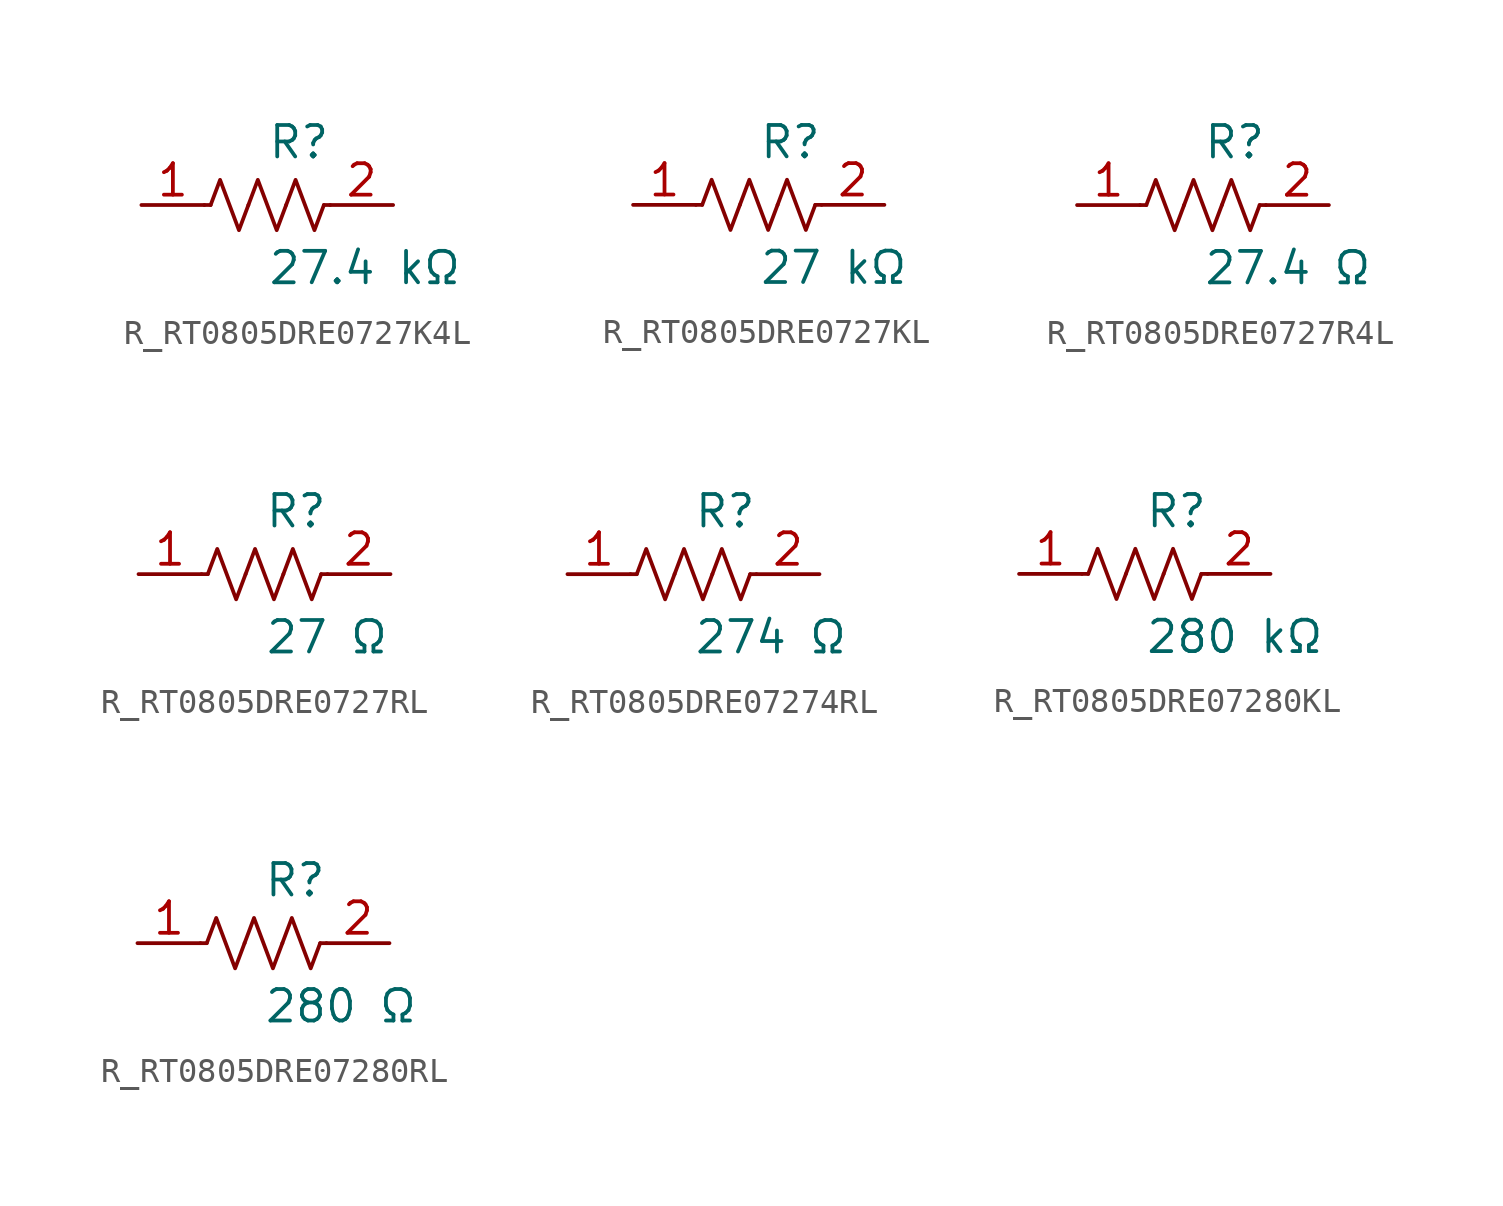
<source format=kicad_sym>
(kicad_symbol_lib
  (version 20231120)
  (generator kicad_symbol_editor)
  (generator_version 8.0)
  (symbol "R_RT0805DRE0727K4L"
    (pin_names
      (offset 0.254))
    (property "Reference" "R"
      (at 0 2.54 0)
      (effects (font (size 1.27 1.27)) (justify left)))
    (property "Value" "27.4 kΩ"
      (at 0 -2.54 0)
      (effects (font (size 1.27 1.27)) (justify left)))
    (symbol "R_RT0805DRE0727K4L_0_1"
      (polyline (pts (xy 2.286 0) (xy 2.54 0)) (stroke (width 0) (type default)) (fill (type none)))
      (polyline (pts (xy -2.286 0) (xy -2.54 0)) (stroke (width 0) (type default)) (fill (type none)))
      (polyline (pts (xy 0.762 0) (xy 1.143 1.016) (xy 1.524 0) (xy 1.905 -1.016) (xy 2.286 0)) (stroke (width 0) (type default)) (fill (type none)))
      (polyline (pts (xy -0.762 0) (xy -0.381 1.016) (xy 0 0) (xy 0.381 -1.016) (xy 0.762 0)) (stroke (width 0) (type default)) (fill (type none)))
      (polyline (pts (xy -2.286 0) (xy -1.905 1.016) (xy -1.524 0) (xy -1.143 -1.016) (xy -0.762 0)) (stroke (width 0) (type default)) (fill (type none))))
    (pin passive line
      (at -5.08 0 0)
      (length 2.54)
      (name "" (effects (font (size 1.27 1.27))))
      (number "1" (effects (font (size 1.27 1.27)))))
    (pin passive line
      (at 5.08 0 180)
      (length 2.54)
      (name "" (effects (font (size 1.27 1.27))))
      (number "2" (effects (font (size 1.27 1.27))))))
  (symbol "R_RT0805DRE0727KL"
    (pin_names
      (offset 0.254))
    (property "Reference" "R"
      (at 0 2.54 0)
      (effects (font (size 1.27 1.27)) (justify left)))
    (property "Value" "27 kΩ"
      (at 0 -2.54 0)
      (effects (font (size 1.27 1.27)) (justify left)))
    (symbol "R_RT0805DRE0727KL_0_1"
      (polyline (pts (xy 2.286 0) (xy 2.54 0)) (stroke (width 0) (type default)) (fill (type none)))
      (polyline (pts (xy -2.286 0) (xy -2.54 0)) (stroke (width 0) (type default)) (fill (type none)))
      (polyline (pts (xy 0.762 0) (xy 1.143 1.016) (xy 1.524 0) (xy 1.905 -1.016) (xy 2.286 0)) (stroke (width 0) (type default)) (fill (type none)))
      (polyline (pts (xy -0.762 0) (xy -0.381 1.016) (xy 0 0) (xy 0.381 -1.016) (xy 0.762 0)) (stroke (width 0) (type default)) (fill (type none)))
      (polyline (pts (xy -2.286 0) (xy -1.905 1.016) (xy -1.524 0) (xy -1.143 -1.016) (xy -0.762 0)) (stroke (width 0) (type default)) (fill (type none))))
    (pin passive line
      (at -5.08 0 0)
      (length 2.54)
      (name "" (effects (font (size 1.27 1.27))))
      (number "1" (effects (font (size 1.27 1.27)))))
    (pin passive line
      (at 5.08 0 180)
      (length 2.54)
      (name "" (effects (font (size 1.27 1.27))))
      (number "2" (effects (font (size 1.27 1.27))))))
  (symbol "R_RT0805DRE0727R4L"
    (pin_names
      (offset 0.254))
    (property "Reference" "R"
      (at 0 2.54 0)
      (effects (font (size 1.27 1.27)) (justify left)))
    (property "Value" "27.4 Ω"
      (at 0 -2.54 0)
      (effects (font (size 1.27 1.27)) (justify left)))
    (symbol "R_RT0805DRE0727R4L_0_1"
      (polyline (pts (xy 2.286 0) (xy 2.54 0)) (stroke (width 0) (type default)) (fill (type none)))
      (polyline (pts (xy -2.286 0) (xy -2.54 0)) (stroke (width 0) (type default)) (fill (type none)))
      (polyline (pts (xy 0.762 0) (xy 1.143 1.016) (xy 1.524 0) (xy 1.905 -1.016) (xy 2.286 0)) (stroke (width 0) (type default)) (fill (type none)))
      (polyline (pts (xy -0.762 0) (xy -0.381 1.016) (xy 0 0) (xy 0.381 -1.016) (xy 0.762 0)) (stroke (width 0) (type default)) (fill (type none)))
      (polyline (pts (xy -2.286 0) (xy -1.905 1.016) (xy -1.524 0) (xy -1.143 -1.016) (xy -0.762 0)) (stroke (width 0) (type default)) (fill (type none))))
    (pin passive line
      (at -5.08 0 0)
      (length 2.54)
      (name "" (effects (font (size 1.27 1.27))))
      (number "1" (effects (font (size 1.27 1.27)))))
    (pin passive line
      (at 5.08 0 180)
      (length 2.54)
      (name "" (effects (font (size 1.27 1.27))))
      (number "2" (effects (font (size 1.27 1.27))))))
  (symbol "R_RT0805DRE0727RL"
    (pin_names
      (offset 0.254))
    (property "Reference" "R"
      (at 0 2.54 0)
      (effects (font (size 1.27 1.27)) (justify left)))
    (property "Value" "27 Ω"
      (at 0 -2.54 0)
      (effects (font (size 1.27 1.27)) (justify left)))
    (symbol "R_RT0805DRE0727RL_0_1"
      (polyline (pts (xy 2.286 0) (xy 2.54 0)) (stroke (width 0) (type default)) (fill (type none)))
      (polyline (pts (xy -2.286 0) (xy -2.54 0)) (stroke (width 0) (type default)) (fill (type none)))
      (polyline (pts (xy 0.762 0) (xy 1.143 1.016) (xy 1.524 0) (xy 1.905 -1.016) (xy 2.286 0)) (stroke (width 0) (type default)) (fill (type none)))
      (polyline (pts (xy -0.762 0) (xy -0.381 1.016) (xy 0 0) (xy 0.381 -1.016) (xy 0.762 0)) (stroke (width 0) (type default)) (fill (type none)))
      (polyline (pts (xy -2.286 0) (xy -1.905 1.016) (xy -1.524 0) (xy -1.143 -1.016) (xy -0.762 0)) (stroke (width 0) (type default)) (fill (type none))))
    (pin passive line
      (at -5.08 0 0)
      (length 2.54)
      (name "" (effects (font (size 1.27 1.27))))
      (number "1" (effects (font (size 1.27 1.27)))))
    (pin passive line
      (at 5.08 0 180)
      (length 2.54)
      (name "" (effects (font (size 1.27 1.27))))
      (number "2" (effects (font (size 1.27 1.27))))))
  (symbol "R_RT0805DRE07274RL"
    (pin_names
      (offset 0.254))
    (property "Reference" "R"
      (at 0 2.54 0)
      (effects (font (size 1.27 1.27)) (justify left)))
    (property "Value" "274 Ω"
      (at 0 -2.54 0)
      (effects (font (size 1.27 1.27)) (justify left)))
    (symbol "R_RT0805DRE07274RL_0_1"
      (polyline (pts (xy 2.286 0) (xy 2.54 0)) (stroke (width 0) (type default)) (fill (type none)))
      (polyline (pts (xy -2.286 0) (xy -2.54 0)) (stroke (width 0) (type default)) (fill (type none)))
      (polyline (pts (xy 0.762 0) (xy 1.143 1.016) (xy 1.524 0) (xy 1.905 -1.016) (xy 2.286 0)) (stroke (width 0) (type default)) (fill (type none)))
      (polyline (pts (xy -0.762 0) (xy -0.381 1.016) (xy 0 0) (xy 0.381 -1.016) (xy 0.762 0)) (stroke (width 0) (type default)) (fill (type none)))
      (polyline (pts (xy -2.286 0) (xy -1.905 1.016) (xy -1.524 0) (xy -1.143 -1.016) (xy -0.762 0)) (stroke (width 0) (type default)) (fill (type none))))
    (pin passive line
      (at -5.08 0 0)
      (length 2.54)
      (name "" (effects (font (size 1.27 1.27))))
      (number "1" (effects (font (size 1.27 1.27)))))
    (pin passive line
      (at 5.08 0 180)
      (length 2.54)
      (name "" (effects (font (size 1.27 1.27))))
      (number "2" (effects (font (size 1.27 1.27))))))
  (symbol "R_RT0805DRE07280KL"
    (pin_names
      (offset 0.254))
    (property "Reference" "R"
      (at 0 2.54 0)
      (effects (font (size 1.27 1.27)) (justify left)))
    (property "Value" "280 kΩ"
      (at 0 -2.54 0)
      (effects (font (size 1.27 1.27)) (justify left)))
    (symbol "R_RT0805DRE07280KL_0_1"
      (polyline (pts (xy 2.286 0) (xy 2.54 0)) (stroke (width 0) (type default)) (fill (type none)))
      (polyline (pts (xy -2.286 0) (xy -2.54 0)) (stroke (width 0) (type default)) (fill (type none)))
      (polyline (pts (xy 0.762 0) (xy 1.143 1.016) (xy 1.524 0) (xy 1.905 -1.016) (xy 2.286 0)) (stroke (width 0) (type default)) (fill (type none)))
      (polyline (pts (xy -0.762 0) (xy -0.381 1.016) (xy 0 0) (xy 0.381 -1.016) (xy 0.762 0)) (stroke (width 0) (type default)) (fill (type none)))
      (polyline (pts (xy -2.286 0) (xy -1.905 1.016) (xy -1.524 0) (xy -1.143 -1.016) (xy -0.762 0)) (stroke (width 0) (type default)) (fill (type none))))
    (pin passive line
      (at -5.08 0 0)
      (length 2.54)
      (name "" (effects (font (size 1.27 1.27))))
      (number "1" (effects (font (size 1.27 1.27)))))
    (pin passive line
      (at 5.08 0 180)
      (length 2.54)
      (name "" (effects (font (size 1.27 1.27))))
      (number "2" (effects (font (size 1.27 1.27))))))
  (symbol "R_RT0805DRE07280RL"
    (pin_names
      (offset 0.254))
    (property "Reference" "R"
      (at 0 2.54 0)
      (effects (font (size 1.27 1.27)) (justify left)))
    (property "Value" "280 Ω"
      (at 0 -2.54 0)
      (effects (font (size 1.27 1.27)) (justify left)))
    (symbol "R_RT0805DRE07280RL_0_1"
      (polyline (pts (xy 2.286 0) (xy 2.54 0)) (stroke (width 0) (type default)) (fill (type none)))
      (polyline (pts (xy -2.286 0) (xy -2.54 0)) (stroke (width 0) (type default)) (fill (type none)))
      (polyline (pts (xy 0.762 0) (xy 1.143 1.016) (xy 1.524 0) (xy 1.905 -1.016) (xy 2.286 0)) (stroke (width 0) (type default)) (fill (type none)))
      (polyline (pts (xy -0.762 0) (xy -0.381 1.016) (xy 0 0) (xy 0.381 -1.016) (xy 0.762 0)) (stroke (width 0) (type default)) (fill (type none)))
      (polyline (pts (xy -2.286 0) (xy -1.905 1.016) (xy -1.524 0) (xy -1.143 -1.016) (xy -0.762 0)) (stroke (width 0) (type default)) (fill (type none))))
    (pin passive line
      (at -5.08 0 0)
      (length 2.54)
      (name "" (effects (font (size 1.27 1.27))))
      (number "1" (effects (font (size 1.27 1.27)))))
    (pin passive line
      (at 5.08 0 180)
      (length 2.54)
      (name "" (effects (font (size 1.27 1.27))))
      (number "2" (effects (font (size 1.27 1.27)))))))
</source>
